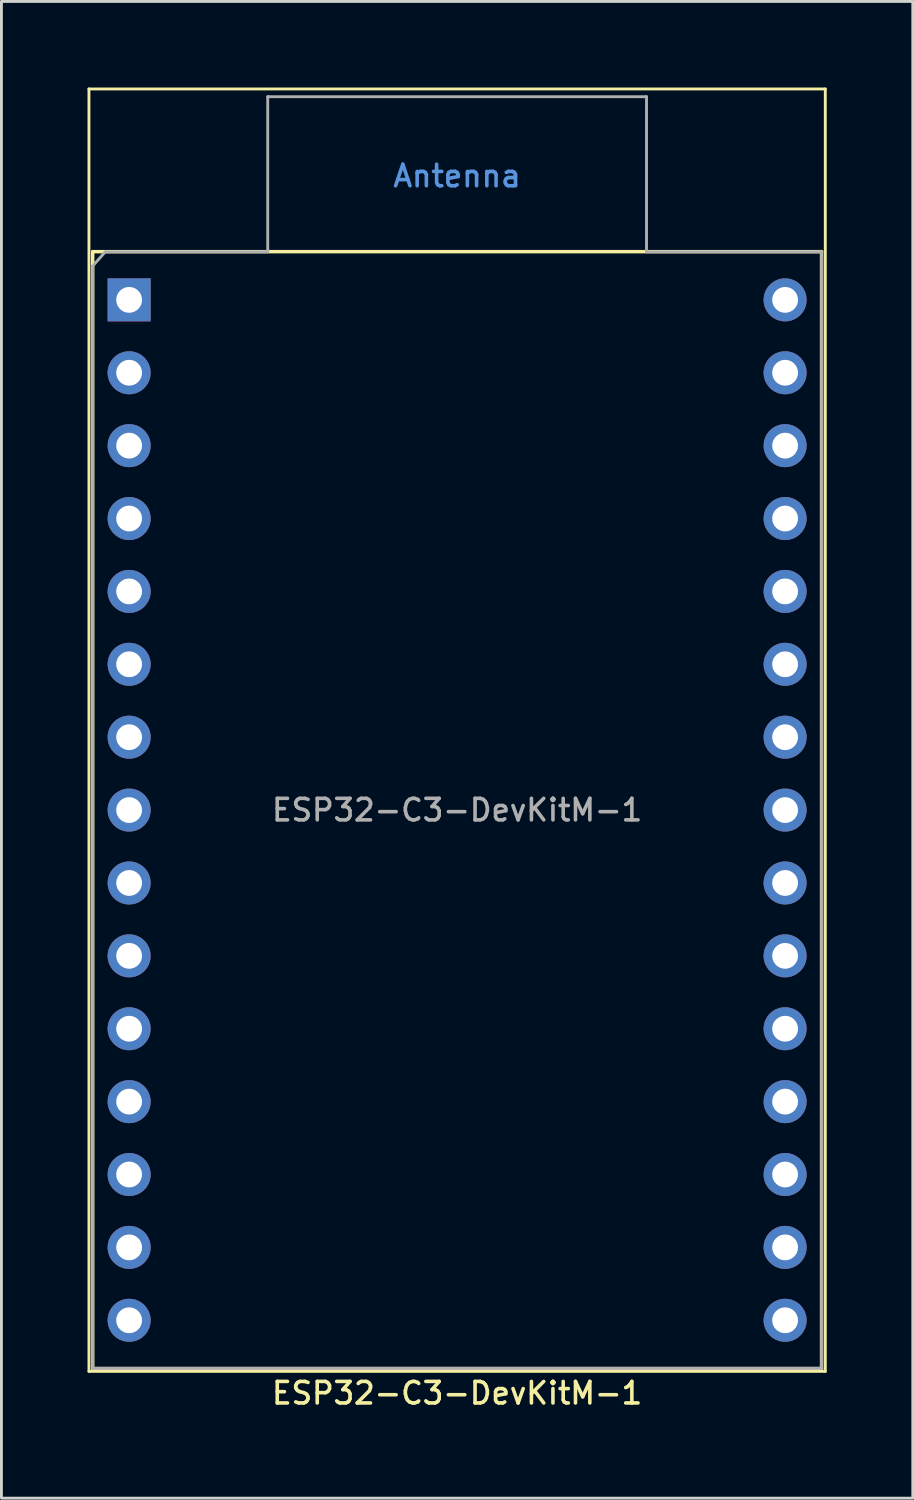
<source format=kicad_pcb>
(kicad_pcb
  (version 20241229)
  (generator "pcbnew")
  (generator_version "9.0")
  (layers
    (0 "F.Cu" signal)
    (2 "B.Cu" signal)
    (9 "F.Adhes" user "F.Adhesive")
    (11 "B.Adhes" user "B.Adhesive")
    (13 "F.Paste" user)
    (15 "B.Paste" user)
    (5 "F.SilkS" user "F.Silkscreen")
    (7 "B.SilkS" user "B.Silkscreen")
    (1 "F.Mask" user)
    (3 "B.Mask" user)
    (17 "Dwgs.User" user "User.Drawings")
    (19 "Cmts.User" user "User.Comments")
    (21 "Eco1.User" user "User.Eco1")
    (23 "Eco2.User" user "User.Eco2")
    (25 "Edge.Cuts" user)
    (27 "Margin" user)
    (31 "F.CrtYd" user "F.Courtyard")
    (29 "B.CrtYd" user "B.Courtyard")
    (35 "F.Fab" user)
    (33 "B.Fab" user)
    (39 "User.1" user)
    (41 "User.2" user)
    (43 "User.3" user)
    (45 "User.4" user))
  (footprint "ESP32-C3-DevKitM-1"
    (layer "F.Cu")
    (at 1.45 7.4)
    (property "Reference" "ESP32-C3-DevKitM-1" (at 11.43 38.1 0) (unlocked yes) (layer "F.SilkS") (effects (font (size 0.75 0.75) (thickness 0.125))))
    (attr through_hole)
    (fp_line (start -1.4 -7.35) (end -1.4 37.34) (stroke (width 0.1) (type solid)) (layer "F.SilkS"))
    (fp_line (start -1.4 37.34) (end 24.26 37.34) (stroke (width 0.1) (type solid)) (layer "F.SilkS"))
    (fp_line (start -1.27 -1.68) (end 24.13 -1.68) (stroke (width 0.12) (type solid)) (layer "F.SilkS"))
    (fp_line (start -1.27 37.24) (end -1.27 -1.68) (stroke (width 0.12) (type solid)) (layer "F.SilkS"))
    (fp_line (start 24.13 -1.68) (end 24.13 37.24) (stroke (width 0.12) (type solid)) (layer "F.SilkS"))
    (fp_line (start 24.13 37.24) (end -1.27 37.24) (stroke (width 0.12) (type solid)) (layer "F.SilkS"))
    (fp_line (start 24.26 -7.35) (end -1.4 -7.35) (stroke (width 0.1) (type solid)) (layer "F.SilkS"))
    (fp_line (start 24.26 37.34) (end 24.26 -7.35) (stroke (width 0.1) (type solid)) (layer "F.SilkS"))
    (fp_line (start -1.27 -1.18) (end -1.27 37.235) (stroke (width 0.1) (type solid)) (layer "F.Fab"))
    (fp_line (start -1.27 -1.18) (end -0.83 -1.675) (stroke (width 0.1) (type solid)) (layer "F.Fab"))
    (fp_line (start -1.27 37.235) (end 24.13 37.235) (stroke (width 0.1) (type solid)) (layer "F.Fab"))
    (fp_line (start 4.83 -7.08) (end 18.03 -7.08) (stroke (width 0.1) (type solid)) (layer "F.Fab"))
    (fp_line (start 4.83 -1.675) (end -0.83 -1.675) (stroke (width 0.1) (type solid)) (layer "F.Fab"))
    (fp_line (start 4.83 -1.675) (end 4.83 -7.08) (stroke (width 0.1) (type solid)) (layer "F.Fab"))
    (fp_line (start 18.03 -7.08) (end 18.03 -1.675) (stroke (width 0.1) (type solid)) (layer "F.Fab"))
    (fp_line (start 18.03 -1.675) (end 24.13 -1.675) (stroke (width 0.1) (type solid)) (layer "F.Fab"))
    (fp_line (start 24.13 37.235) (end 24.13 -1.675) (stroke (width 0.1) (type solid)) (layer "F.Fab"))
    (fp_text user "Antenna" (at 11.43 -4.318 0) (unlocked yes) (layer "Cmts.User") (effects (font (size 0.75 0.75) (thickness 0.125))))
    (fp_text user "${REFERENCE}" (at 11.43 17.78 0) (unlocked yes) (layer "F.Fab") (effects (font (size 0.75 0.75) (thickness 0.125))))
    (pad "1" thru_hole rect (at 0 0) (size 1.5 1.5) (drill 0.9) (layers "*.Cu" "*.Mask") (remove_unused_layers yes) (keep_end_layers yes) (zone_layer_connections))
    (pad "2" thru_hole circle (at 0 2.54) (size 1.5 1.5) (drill 0.9) (layers "*.Cu" "*.Mask") (remove_unused_layers yes) (keep_end_layers yes) (zone_layer_connections))
    (pad "3" thru_hole circle (at 0 5.08) (size 1.5 1.5) (drill 0.9) (layers "*.Cu" "*.Mask") (remove_unused_layers yes) (keep_end_layers yes) (zone_layer_connections))
    (pad "4" thru_hole circle (at 0 7.62) (size 1.5 1.5) (drill 0.9) (layers "*.Cu" "*.Mask") (remove_unused_layers yes) (keep_end_layers yes) (zone_layer_connections))
    (pad "5" thru_hole circle (at 0 10.16) (size 1.5 1.5) (drill 0.9) (layers "*.Cu" "*.Mask") (remove_unused_layers yes) (keep_end_layers yes) (zone_layer_connections))
    (pad "6" thru_hole circle (at 0 12.7) (size 1.5 1.5) (drill 0.9) (layers "*.Cu" "*.Mask") (remove_unused_layers yes) (keep_end_layers yes) (zone_layer_connections))
    (pad "7" thru_hole circle (at 0 15.24) (size 1.5 1.5) (drill 0.9) (layers "*.Cu" "*.Mask") (remove_unused_layers yes) (keep_end_layers yes) (zone_layer_connections))
    (pad "8" thru_hole circle (at 0 17.78) (size 1.5 1.5) (drill 0.9) (layers "*.Cu" "*.Mask") (remove_unused_layers yes) (keep_end_layers yes) (zone_layer_connections))
    (pad "9" thru_hole circle (at 0 20.32) (size 1.5 1.5) (drill 0.9) (layers "*.Cu" "*.Mask") (remove_unused_layers yes) (keep_end_layers yes) (zone_layer_connections))
    (pad "10" thru_hole circle (at 0 22.86) (size 1.5 1.5) (drill 0.9) (layers "*.Cu" "*.Mask") (remove_unused_layers yes) (keep_end_layers yes) (zone_layer_connections))
    (pad "11" thru_hole circle (at 0 25.4) (size 1.5 1.5) (drill 0.9) (layers "*.Cu" "*.Mask") (remove_unused_layers yes) (keep_end_layers yes) (zone_layer_connections))
    (pad "12" thru_hole circle (at 0 27.94) (size 1.5 1.5) (drill 0.9) (layers "*.Cu" "*.Mask") (remove_unused_layers yes) (keep_end_layers yes) (zone_layer_connections))
    (pad "13" thru_hole circle (at 0 30.48) (size 1.5 1.5) (drill 0.9) (layers "*.Cu" "*.Mask") (remove_unused_layers yes) (keep_end_layers yes) (zone_layer_connections))
    (pad "14" thru_hole circle (at 0 33.02) (size 1.5 1.5) (drill 0.9) (layers "*.Cu" "*.Mask") (remove_unused_layers yes) (keep_end_layers yes) (zone_layer_connections))
    (pad "15" thru_hole circle (at 0 35.56) (size 1.5 1.5) (drill 0.9) (layers "*.Cu" "*.Mask") (remove_unused_layers yes) (keep_end_layers yes) (zone_layer_connections))
    (pad "16" thru_hole circle (at 22.86 35.56) (size 1.5 1.5) (drill 0.9) (layers "*.Cu" "*.Mask") (remove_unused_layers yes) (keep_end_layers yes) (zone_layer_connections))
    (pad "17" thru_hole circle (at 22.86 33.02) (size 1.5 1.5) (drill 0.9) (layers "*.Cu" "*.Mask") (remove_unused_layers yes) (keep_end_layers yes) (zone_layer_connections))
    (pad "18" thru_hole circle (at 22.86 30.48) (size 1.5 1.5) (drill 0.9) (layers "*.Cu" "*.Mask") (remove_unused_layers yes) (keep_end_layers yes) (zone_layer_connections))
    (pad "19" thru_hole circle (at 22.86 27.94) (size 1.5 1.5) (drill 0.9) (layers "*.Cu" "*.Mask") (remove_unused_layers yes) (keep_end_layers yes) (zone_layer_connections))
    (pad "20" thru_hole circle (at 22.86 25.4) (size 1.5 1.5) (drill 0.9) (layers "*.Cu" "*.Mask") (remove_unused_layers yes) (keep_end_layers yes) (zone_layer_connections))
    (pad "21" thru_hole circle (at 22.86 22.86) (size 1.5 1.5) (drill 0.9) (layers "*.Cu" "*.Mask") (remove_unused_layers yes) (keep_end_layers yes) (zone_layer_connections))
    (pad "22" thru_hole circle (at 22.86 20.32) (size 1.5 1.5) (drill 0.9) (layers "*.Cu" "*.Mask") (remove_unused_layers yes) (keep_end_layers yes) (zone_layer_connections))
    (pad "23" thru_hole circle (at 22.86 17.78) (size 1.5 1.5) (drill 0.9) (layers "*.Cu" "*.Mask") (remove_unused_layers yes) (keep_end_layers yes) (zone_layer_connections))
    (pad "24" thru_hole circle (at 22.86 15.24) (size 1.5 1.5) (drill 0.9) (layers "*.Cu" "*.Mask") (remove_unused_layers yes) (keep_end_layers yes) (zone_layer_connections))
    (pad "25" thru_hole circle (at 22.86 12.7) (size 1.5 1.5) (drill 0.9) (layers "*.Cu" "*.Mask") (remove_unused_layers yes) (keep_end_layers yes) (zone_layer_connections))
    (pad "26" thru_hole circle (at 22.86 10.16) (size 1.5 1.5) (drill 0.9) (layers "*.Cu" "*.Mask") (remove_unused_layers yes) (keep_end_layers yes) (zone_layer_connections))
    (pad "27" thru_hole circle (at 22.86 7.62) (size 1.5 1.5) (drill 0.9) (layers "*.Cu" "*.Mask") (remove_unused_layers yes) (keep_end_layers yes) (zone_layer_connections))
    (pad "28" thru_hole circle (at 22.86 5.08) (size 1.5 1.5) (drill 0.9) (layers "*.Cu" "*.Mask") (remove_unused_layers yes) (keep_end_layers yes) (zone_layer_connections))
    (pad "29" thru_hole circle (at 22.86 2.54) (size 1.5 1.5) (drill 0.9) (layers "*.Cu" "*.Mask") (remove_unused_layers yes) (keep_end_layers yes) (zone_layer_connections))
    (pad "30" thru_hole circle (at 22.86 0) (size 1.5 1.5) (drill 0.9) (layers "*.Cu" "*.Mask") (remove_unused_layers yes) (keep_end_layers yes) (zone_layer_connections)))
  (gr_rect
    (start -3 -3)
    (end 28.76 49.158)
    (stroke (width 0.1) (type default))
    (fill no)
    (layer "Edge.Cuts")))
</source>
